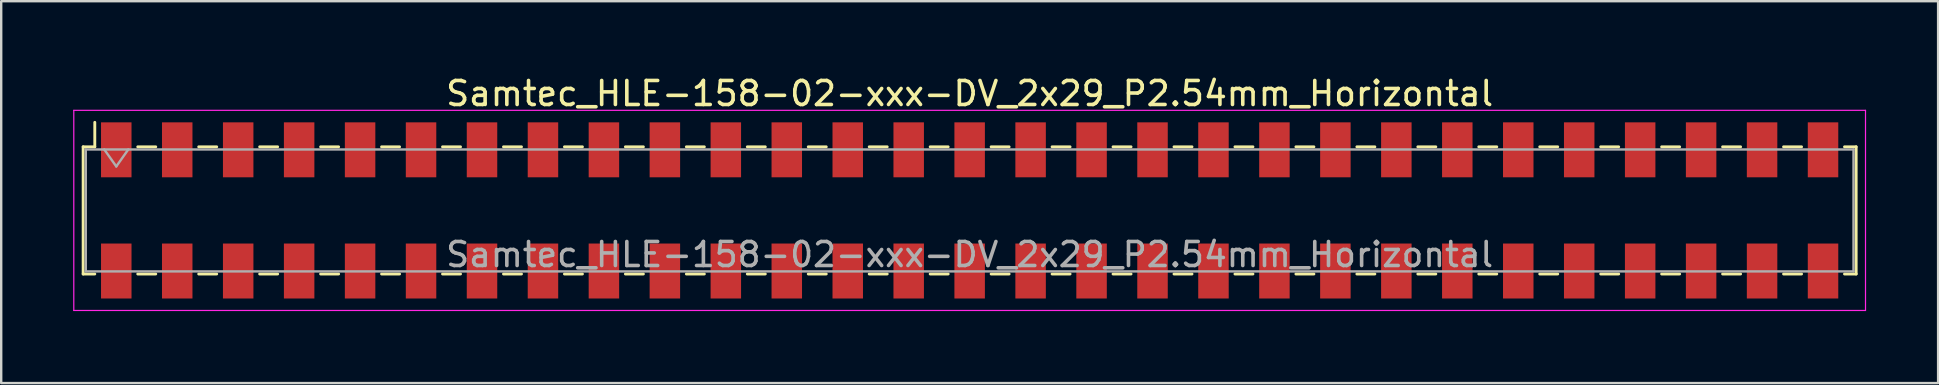
<source format=kicad_pcb>
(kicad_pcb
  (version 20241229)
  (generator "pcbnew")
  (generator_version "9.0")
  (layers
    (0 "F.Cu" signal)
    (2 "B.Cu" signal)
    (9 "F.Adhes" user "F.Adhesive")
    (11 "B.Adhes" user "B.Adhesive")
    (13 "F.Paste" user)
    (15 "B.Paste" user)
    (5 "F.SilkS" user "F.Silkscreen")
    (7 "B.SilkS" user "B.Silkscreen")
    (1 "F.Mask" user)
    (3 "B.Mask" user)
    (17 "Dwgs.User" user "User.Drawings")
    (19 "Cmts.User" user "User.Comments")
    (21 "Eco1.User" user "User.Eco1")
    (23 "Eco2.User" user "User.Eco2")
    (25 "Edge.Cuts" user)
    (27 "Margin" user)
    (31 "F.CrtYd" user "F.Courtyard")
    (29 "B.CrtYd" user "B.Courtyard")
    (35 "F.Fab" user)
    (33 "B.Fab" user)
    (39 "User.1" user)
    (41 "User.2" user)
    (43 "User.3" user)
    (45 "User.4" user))
  (footprint "Samtec_HLE-158-02-xxx-DV_2x29_P2.54mm_Horizontal"
    (layer "F.Cu")
    (at 37.355 5.718)
    (property "Reference" "Samtec_HLE-158-02-xxx-DV_2x29_P2.54mm_Horizontal" (at 0 -4.87 0) (layer "F.SilkS") (effects (font (size 1 1) (thickness 0.15))))
    (attr smd)
    (fp_line (start -36.94 -2.65) (end -36.94 2.65) (stroke (width 0.12) (type solid)) (layer "F.SilkS"))
    (fp_line (start -36.94 2.65) (end -36.455 2.65) (stroke (width 0.12) (type solid)) (layer "F.SilkS"))
    (fp_line (start -36.455 -3.67) (end -36.455 -2.65) (stroke (width 0.12) (type solid)) (layer "F.SilkS"))
    (fp_line (start -36.455 -2.65) (end -36.94 -2.65) (stroke (width 0.12) (type solid)) (layer "F.SilkS"))
    (fp_line (start -34.665 -2.65) (end -33.915 -2.65) (stroke (width 0.12) (type solid)) (layer "F.SilkS"))
    (fp_line (start -34.665 2.65) (end -33.915 2.65) (stroke (width 0.12) (type solid)) (layer "F.SilkS"))
    (fp_line (start -32.125 -2.65) (end -31.375 -2.65) (stroke (width 0.12) (type solid)) (layer "F.SilkS"))
    (fp_line (start -32.125 2.65) (end -31.375 2.65) (stroke (width 0.12) (type solid)) (layer "F.SilkS"))
    (fp_line (start -29.585 -2.65) (end -28.835 -2.65) (stroke (width 0.12) (type solid)) (layer "F.SilkS"))
    (fp_line (start -29.585 2.65) (end -28.835 2.65) (stroke (width 0.12) (type solid)) (layer "F.SilkS"))
    (fp_line (start -27.045 -2.65) (end -26.295 -2.65) (stroke (width 0.12) (type solid)) (layer "F.SilkS"))
    (fp_line (start -27.045 2.65) (end -26.295 2.65) (stroke (width 0.12) (type solid)) (layer "F.SilkS"))
    (fp_line (start -24.505 -2.65) (end -23.755 -2.65) (stroke (width 0.12) (type solid)) (layer "F.SilkS"))
    (fp_line (start -24.505 2.65) (end -23.755 2.65) (stroke (width 0.12) (type solid)) (layer "F.SilkS"))
    (fp_line (start -21.965 -2.65) (end -21.215 -2.65) (stroke (width 0.12) (type solid)) (layer "F.SilkS"))
    (fp_line (start -21.965 2.65) (end -21.215 2.65) (stroke (width 0.12) (type solid)) (layer "F.SilkS"))
    (fp_line (start -19.425 -2.65) (end -18.675 -2.65) (stroke (width 0.12) (type solid)) (layer "F.SilkS"))
    (fp_line (start -19.425 2.65) (end -18.675 2.65) (stroke (width 0.12) (type solid)) (layer "F.SilkS"))
    (fp_line (start -16.885 -2.65) (end -16.135 -2.65) (stroke (width 0.12) (type solid)) (layer "F.SilkS"))
    (fp_line (start -16.885 2.65) (end -16.135 2.65) (stroke (width 0.12) (type solid)) (layer "F.SilkS"))
    (fp_line (start -14.345 -2.65) (end -13.595 -2.65) (stroke (width 0.12) (type solid)) (layer "F.SilkS"))
    (fp_line (start -14.345 2.65) (end -13.595 2.65) (stroke (width 0.12) (type solid)) (layer "F.SilkS"))
    (fp_line (start -11.805 -2.65) (end -11.055 -2.65) (stroke (width 0.12) (type solid)) (layer "F.SilkS"))
    (fp_line (start -11.805 2.65) (end -11.055 2.65) (stroke (width 0.12) (type solid)) (layer "F.SilkS"))
    (fp_line (start -9.265 -2.65) (end -8.515 -2.65) (stroke (width 0.12) (type solid)) (layer "F.SilkS"))
    (fp_line (start -9.265 2.65) (end -8.515 2.65) (stroke (width 0.12) (type solid)) (layer "F.SilkS"))
    (fp_line (start -6.725 -2.65) (end -5.975 -2.65) (stroke (width 0.12) (type solid)) (layer "F.SilkS"))
    (fp_line (start -6.725 2.65) (end -5.975 2.65) (stroke (width 0.12) (type solid)) (layer "F.SilkS"))
    (fp_line (start -4.185 -2.65) (end -3.435 -2.65) (stroke (width 0.12) (type solid)) (layer "F.SilkS"))
    (fp_line (start -4.185 2.65) (end -3.435 2.65) (stroke (width 0.12) (type solid)) (layer "F.SilkS"))
    (fp_line (start -1.645 -2.65) (end -0.895 -2.65) (stroke (width 0.12) (type solid)) (layer "F.SilkS"))
    (fp_line (start -1.645 2.65) (end -0.895 2.65) (stroke (width 0.12) (type solid)) (layer "F.SilkS"))
    (fp_line (start 0.895 -2.65) (end 1.645 -2.65) (stroke (width 0.12) (type solid)) (layer "F.SilkS"))
    (fp_line (start 0.895 2.65) (end 1.645 2.65) (stroke (width 0.12) (type solid)) (layer "F.SilkS"))
    (fp_line (start 3.435 -2.65) (end 4.185 -2.65) (stroke (width 0.12) (type solid)) (layer "F.SilkS"))
    (fp_line (start 3.435 2.65) (end 4.185 2.65) (stroke (width 0.12) (type solid)) (layer "F.SilkS"))
    (fp_line (start 5.975 -2.65) (end 6.725 -2.65) (stroke (width 0.12) (type solid)) (layer "F.SilkS"))
    (fp_line (start 5.975 2.65) (end 6.725 2.65) (stroke (width 0.12) (type solid)) (layer "F.SilkS"))
    (fp_line (start 8.515 -2.65) (end 9.265 -2.65) (stroke (width 0.12) (type solid)) (layer "F.SilkS"))
    (fp_line (start 8.515 2.65) (end 9.265 2.65) (stroke (width 0.12) (type solid)) (layer "F.SilkS"))
    (fp_line (start 11.055 -2.65) (end 11.805 -2.65) (stroke (width 0.12) (type solid)) (layer "F.SilkS"))
    (fp_line (start 11.055 2.65) (end 11.805 2.65) (stroke (width 0.12) (type solid)) (layer "F.SilkS"))
    (fp_line (start 13.595 -2.65) (end 14.345 -2.65) (stroke (width 0.12) (type solid)) (layer "F.SilkS"))
    (fp_line (start 13.595 2.65) (end 14.345 2.65) (stroke (width 0.12) (type solid)) (layer "F.SilkS"))
    (fp_line (start 16.135 -2.65) (end 16.885 -2.65) (stroke (width 0.12) (type solid)) (layer "F.SilkS"))
    (fp_line (start 16.135 2.65) (end 16.885 2.65) (stroke (width 0.12) (type solid)) (layer "F.SilkS"))
    (fp_line (start 18.675 -2.65) (end 19.425 -2.65) (stroke (width 0.12) (type solid)) (layer "F.SilkS"))
    (fp_line (start 18.675 2.65) (end 19.425 2.65) (stroke (width 0.12) (type solid)) (layer "F.SilkS"))
    (fp_line (start 21.215 -2.65) (end 21.965 -2.65) (stroke (width 0.12) (type solid)) (layer "F.SilkS"))
    (fp_line (start 21.215 2.65) (end 21.965 2.65) (stroke (width 0.12) (type solid)) (layer "F.SilkS"))
    (fp_line (start 23.755 -2.65) (end 24.505 -2.65) (stroke (width 0.12) (type solid)) (layer "F.SilkS"))
    (fp_line (start 23.755 2.65) (end 24.505 2.65) (stroke (width 0.12) (type solid)) (layer "F.SilkS"))
    (fp_line (start 26.295 -2.65) (end 27.045 -2.65) (stroke (width 0.12) (type solid)) (layer "F.SilkS"))
    (fp_line (start 26.295 2.65) (end 27.045 2.65) (stroke (width 0.12) (type solid)) (layer "F.SilkS"))
    (fp_line (start 28.835 -2.65) (end 29.585 -2.65) (stroke (width 0.12) (type solid)) (layer "F.SilkS"))
    (fp_line (start 28.835 2.65) (end 29.585 2.65) (stroke (width 0.12) (type solid)) (layer "F.SilkS"))
    (fp_line (start 31.375 -2.65) (end 32.125 -2.65) (stroke (width 0.12) (type solid)) (layer "F.SilkS"))
    (fp_line (start 31.375 2.65) (end 32.125 2.65) (stroke (width 0.12) (type solid)) (layer "F.SilkS"))
    (fp_line (start 33.915 -2.65) (end 34.665 -2.65) (stroke (width 0.12) (type solid)) (layer "F.SilkS"))
    (fp_line (start 33.915 2.65) (end 34.665 2.65) (stroke (width 0.12) (type solid)) (layer "F.SilkS"))
    (fp_line (start 36.455 -2.65) (end 36.94 -2.65) (stroke (width 0.12) (type solid)) (layer "F.SilkS"))
    (fp_line (start 36.94 -2.65) (end 36.94 2.65) (stroke (width 0.12) (type solid)) (layer "F.SilkS"))
    (fp_line (start 36.94 2.65) (end 36.455 2.65) (stroke (width 0.12) (type solid)) (layer "F.SilkS"))
    (fp_line (start -37.33 -4.17) (end 37.33 -4.17) (stroke (width 0.05) (type solid)) (layer "F.CrtYd"))
    (fp_line (start -37.33 4.17) (end -37.33 -4.17) (stroke (width 0.05) (type solid)) (layer "F.CrtYd"))
    (fp_line (start 37.33 -4.17) (end 37.33 4.17) (stroke (width 0.05) (type solid)) (layer "F.CrtYd"))
    (fp_line (start 37.33 4.17) (end -37.33 4.17) (stroke (width 0.05) (type solid)) (layer "F.CrtYd"))
    (fp_line (start -36.83 -2.54) (end 36.83 -2.54) (stroke (width 0.1) (type solid)) (layer "F.Fab"))
    (fp_line (start -36.83 2.54) (end -36.83 -2.54) (stroke (width 0.1) (type solid)) (layer "F.Fab"))
    (fp_line (start -36.06 -2.54) (end -35.56 -1.833) (stroke (width 0.1) (type solid)) (layer "F.Fab"))
    (fp_line (start -35.56 -1.833) (end -35.06 -2.54) (stroke (width 0.1) (type solid)) (layer "F.Fab"))
    (fp_line (start 36.83 -2.54) (end 36.83 2.54) (stroke (width 0.1) (type solid)) (layer "F.Fab"))
    (fp_line (start 36.83 2.54) (end -36.83 2.54) (stroke (width 0.1) (type solid)) (layer "F.Fab"))
    (fp_text user "${REFERENCE}" (at 0 1.84 0) (layer "F.Fab") (effects (font (size 1 1) (thickness 0.15))))
    (pad "1" smd rect (at -35.56 -2.525) (size 1.27 2.29) (layers "F.Cu" "F.Mask" "F.Paste"))
    (pad "2" smd rect (at -35.56 2.525) (size 1.27 2.29) (layers "F.Cu" "F.Mask" "F.Paste"))
    (pad "3" smd rect (at -33.02 -2.525) (size 1.27 2.29) (layers "F.Cu" "F.Mask" "F.Paste"))
    (pad "4" smd rect (at -33.02 2.525) (size 1.27 2.29) (layers "F.Cu" "F.Mask" "F.Paste"))
    (pad "5" smd rect (at -30.48 -2.525) (size 1.27 2.29) (layers "F.Cu" "F.Mask" "F.Paste"))
    (pad "6" smd rect (at -30.48 2.525) (size 1.27 2.29) (layers "F.Cu" "F.Mask" "F.Paste"))
    (pad "7" smd rect (at -27.94 -2.525) (size 1.27 2.29) (layers "F.Cu" "F.Mask" "F.Paste"))
    (pad "8" smd rect (at -27.94 2.525) (size 1.27 2.29) (layers "F.Cu" "F.Mask" "F.Paste"))
    (pad "9" smd rect (at -25.4 -2.525) (size 1.27 2.29) (layers "F.Cu" "F.Mask" "F.Paste"))
    (pad "10" smd rect (at -25.4 2.525) (size 1.27 2.29) (layers "F.Cu" "F.Mask" "F.Paste"))
    (pad "11" smd rect (at -22.86 -2.525) (size 1.27 2.29) (layers "F.Cu" "F.Mask" "F.Paste"))
    (pad "12" smd rect (at -22.86 2.525) (size 1.27 2.29) (layers "F.Cu" "F.Mask" "F.Paste"))
    (pad "13" smd rect (at -20.32 -2.525) (size 1.27 2.29) (layers "F.Cu" "F.Mask" "F.Paste"))
    (pad "14" smd rect (at -20.32 2.525) (size 1.27 2.29) (layers "F.Cu" "F.Mask" "F.Paste"))
    (pad "15" smd rect (at -17.78 -2.525) (size 1.27 2.29) (layers "F.Cu" "F.Mask" "F.Paste"))
    (pad "16" smd rect (at -17.78 2.525) (size 1.27 2.29) (layers "F.Cu" "F.Mask" "F.Paste"))
    (pad "17" smd rect (at -15.24 -2.525) (size 1.27 2.29) (layers "F.Cu" "F.Mask" "F.Paste"))
    (pad "18" smd rect (at -15.24 2.525) (size 1.27 2.29) (layers "F.Cu" "F.Mask" "F.Paste"))
    (pad "19" smd rect (at -12.7 -2.525) (size 1.27 2.29) (layers "F.Cu" "F.Mask" "F.Paste"))
    (pad "20" smd rect (at -12.7 2.525) (size 1.27 2.29) (layers "F.Cu" "F.Mask" "F.Paste"))
    (pad "21" smd rect (at -10.16 -2.525) (size 1.27 2.29) (layers "F.Cu" "F.Mask" "F.Paste"))
    (pad "22" smd rect (at -10.16 2.525) (size 1.27 2.29) (layers "F.Cu" "F.Mask" "F.Paste"))
    (pad "23" smd rect (at -7.62 -2.525) (size 1.27 2.29) (layers "F.Cu" "F.Mask" "F.Paste"))
    (pad "24" smd rect (at -7.62 2.525) (size 1.27 2.29) (layers "F.Cu" "F.Mask" "F.Paste"))
    (pad "25" smd rect (at -5.08 -2.525) (size 1.27 2.29) (layers "F.Cu" "F.Mask" "F.Paste"))
    (pad "26" smd rect (at -5.08 2.525) (size 1.27 2.29) (layers "F.Cu" "F.Mask" "F.Paste"))
    (pad "27" smd rect (at -2.54 -2.525) (size 1.27 2.29) (layers "F.Cu" "F.Mask" "F.Paste"))
    (pad "28" smd rect (at -2.54 2.525) (size 1.27 2.29) (layers "F.Cu" "F.Mask" "F.Paste"))
    (pad "29" smd rect (at 0 -2.525) (size 1.27 2.29) (layers "F.Cu" "F.Mask" "F.Paste"))
    (pad "30" smd rect (at 0 2.525) (size 1.27 2.29) (layers "F.Cu" "F.Mask" "F.Paste"))
    (pad "31" smd rect (at 2.54 -2.525) (size 1.27 2.29) (layers "F.Cu" "F.Mask" "F.Paste"))
    (pad "32" smd rect (at 2.54 2.525) (size 1.27 2.29) (layers "F.Cu" "F.Mask" "F.Paste"))
    (pad "33" smd rect (at 5.08 -2.525) (size 1.27 2.29) (layers "F.Cu" "F.Mask" "F.Paste"))
    (pad "34" smd rect (at 5.08 2.525) (size 1.27 2.29) (layers "F.Cu" "F.Mask" "F.Paste"))
    (pad "35" smd rect (at 7.62 -2.525) (size 1.27 2.29) (layers "F.Cu" "F.Mask" "F.Paste"))
    (pad "36" smd rect (at 7.62 2.525) (size 1.27 2.29) (layers "F.Cu" "F.Mask" "F.Paste"))
    (pad "37" smd rect (at 10.16 -2.525) (size 1.27 2.29) (layers "F.Cu" "F.Mask" "F.Paste"))
    (pad "38" smd rect (at 10.16 2.525) (size 1.27 2.29) (layers "F.Cu" "F.Mask" "F.Paste"))
    (pad "39" smd rect (at 12.7 -2.525) (size 1.27 2.29) (layers "F.Cu" "F.Mask" "F.Paste"))
    (pad "40" smd rect (at 12.7 2.525) (size 1.27 2.29) (layers "F.Cu" "F.Mask" "F.Paste"))
    (pad "41" smd rect (at 15.24 -2.525) (size 1.27 2.29) (layers "F.Cu" "F.Mask" "F.Paste"))
    (pad "42" smd rect (at 15.24 2.525) (size 1.27 2.29) (layers "F.Cu" "F.Mask" "F.Paste"))
    (pad "43" smd rect (at 17.78 -2.525) (size 1.27 2.29) (layers "F.Cu" "F.Mask" "F.Paste"))
    (pad "44" smd rect (at 17.78 2.525) (size 1.27 2.29) (layers "F.Cu" "F.Mask" "F.Paste"))
    (pad "45" smd rect (at 20.32 -2.525) (size 1.27 2.29) (layers "F.Cu" "F.Mask" "F.Paste"))
    (pad "46" smd rect (at 20.32 2.525) (size 1.27 2.29) (layers "F.Cu" "F.Mask" "F.Paste"))
    (pad "47" smd rect (at 22.86 -2.525) (size 1.27 2.29) (layers "F.Cu" "F.Mask" "F.Paste"))
    (pad "48" smd rect (at 22.86 2.525) (size 1.27 2.29) (layers "F.Cu" "F.Mask" "F.Paste"))
    (pad "49" smd rect (at 25.4 -2.525) (size 1.27 2.29) (layers "F.Cu" "F.Mask" "F.Paste"))
    (pad "50" smd rect (at 25.4 2.525) (size 1.27 2.29) (layers "F.Cu" "F.Mask" "F.Paste"))
    (pad "51" smd rect (at 27.94 -2.525) (size 1.27 2.29) (layers "F.Cu" "F.Mask" "F.Paste"))
    (pad "52" smd rect (at 27.94 2.525) (size 1.27 2.29) (layers "F.Cu" "F.Mask" "F.Paste"))
    (pad "53" smd rect (at 30.48 -2.525) (size 1.27 2.29) (layers "F.Cu" "F.Mask" "F.Paste"))
    (pad "54" smd rect (at 30.48 2.525) (size 1.27 2.29) (layers "F.Cu" "F.Mask" "F.Paste"))
    (pad "55" smd rect (at 33.02 -2.525) (size 1.27 2.29) (layers "F.Cu" "F.Mask" "F.Paste"))
    (pad "56" smd rect (at 33.02 2.525) (size 1.27 2.29) (layers "F.Cu" "F.Mask" "F.Paste"))
    (pad "57" smd rect (at 35.56 -2.525) (size 1.27 2.29) (layers "F.Cu" "F.Mask" "F.Paste"))
    (pad "58" smd rect (at 35.56 2.525) (size 1.27 2.29) (layers "F.Cu" "F.Mask" "F.Paste")))
  (gr_rect
    (start -3 -3)
    (end 77.71 12.913)
    (stroke (width 0.1) (type default))
    (fill no)
    (layer "Edge.Cuts")))
</source>
